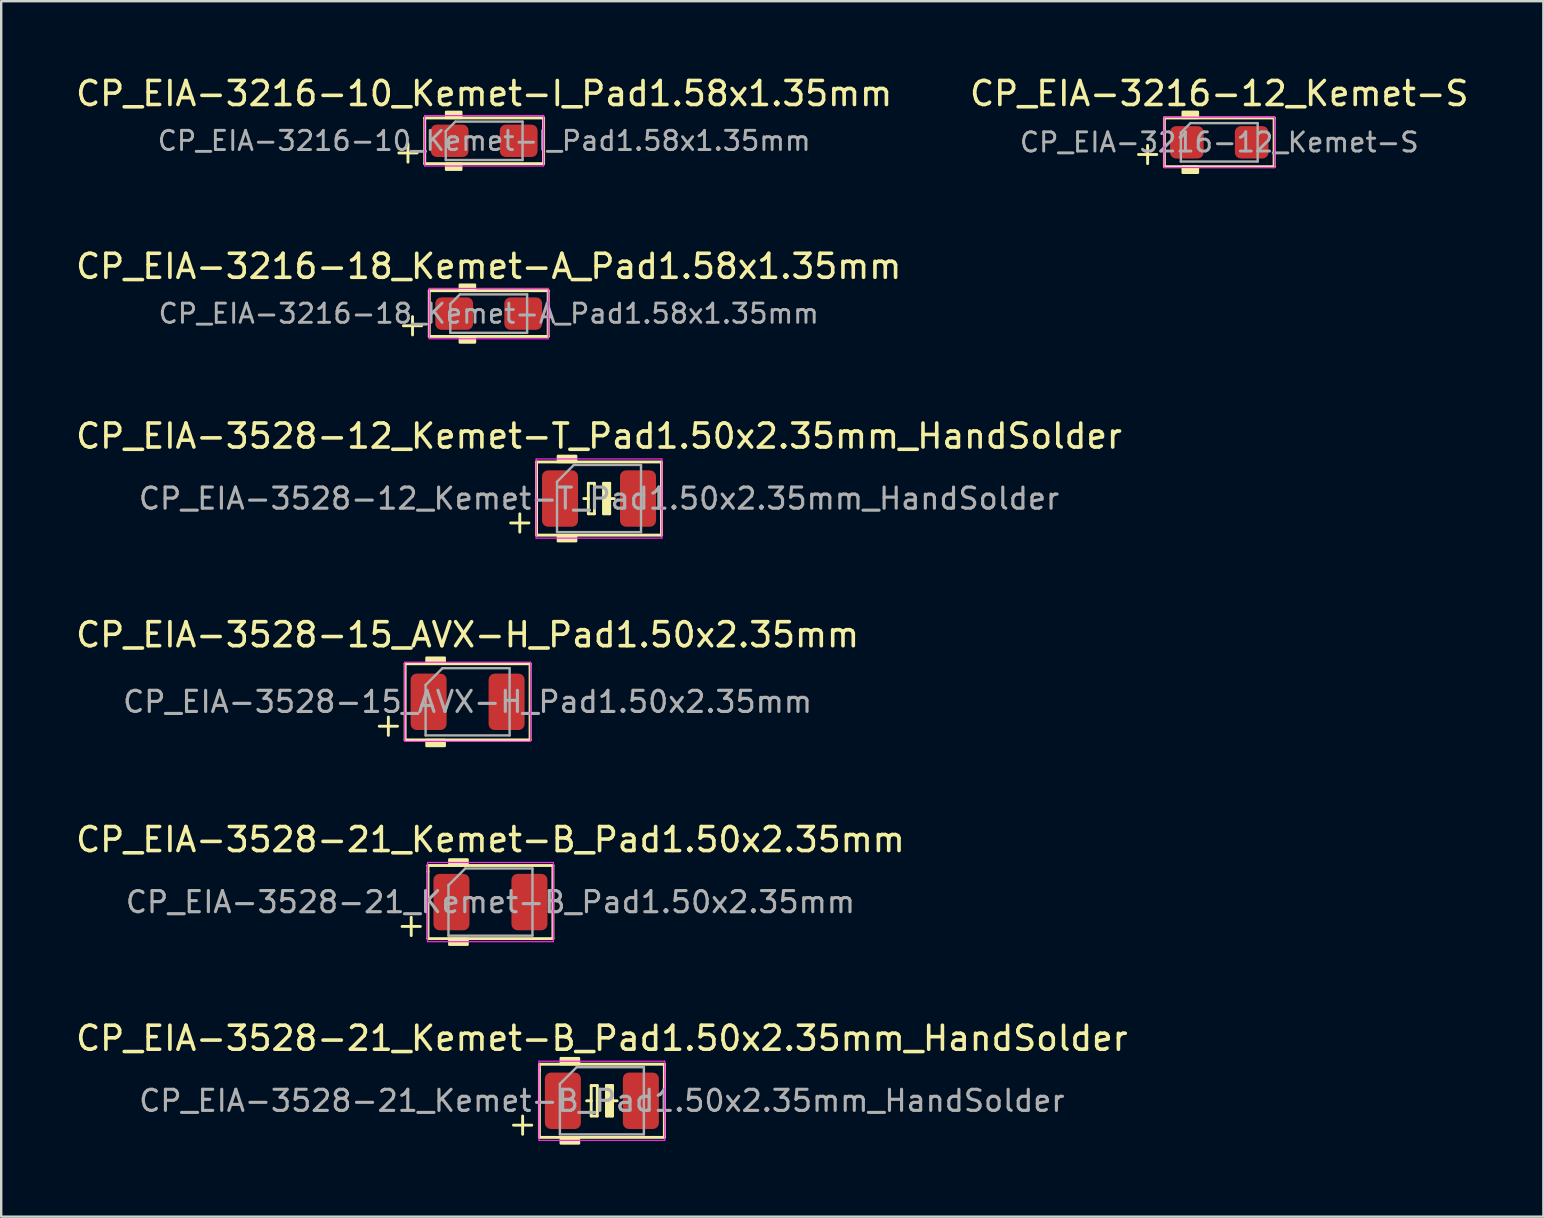
<source format=kicad_pcb>
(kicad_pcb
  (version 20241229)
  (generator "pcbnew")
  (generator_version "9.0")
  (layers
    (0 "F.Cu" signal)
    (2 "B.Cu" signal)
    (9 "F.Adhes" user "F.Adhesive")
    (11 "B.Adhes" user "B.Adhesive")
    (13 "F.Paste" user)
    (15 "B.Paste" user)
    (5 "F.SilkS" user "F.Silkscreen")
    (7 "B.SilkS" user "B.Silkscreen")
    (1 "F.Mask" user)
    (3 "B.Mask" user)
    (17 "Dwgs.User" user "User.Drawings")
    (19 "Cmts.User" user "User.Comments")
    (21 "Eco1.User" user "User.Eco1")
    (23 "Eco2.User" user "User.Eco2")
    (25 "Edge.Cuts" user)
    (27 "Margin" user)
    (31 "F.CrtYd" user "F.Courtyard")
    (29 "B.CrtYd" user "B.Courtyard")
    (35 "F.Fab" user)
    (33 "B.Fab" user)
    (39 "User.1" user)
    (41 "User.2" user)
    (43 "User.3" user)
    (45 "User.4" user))
  (footprint "CP_EIA-3528-12_Kemet-T_Pad1.50x2.35mm_HandSolder"
    (layer "F.Cu")
    (at 21.911 17.725)
    (property "Reference" "CP_EIA-3528-12_Kemet-T_Pad1.50x2.35mm_HandSolder" (at 0 -2.603 0) (layer "F.SilkS") (effects (font (size 1 1) (thickness 0.15))))
    (attr smd)
    (fp_line (start -3.683 1.016) (end -2.921 1.016) (stroke (width 0.12) (type solid)) (layer "F.SilkS"))
    (fp_line (start -3.302 0.635) (end -3.302 1.397) (stroke (width 0.12) (type solid)) (layer "F.SilkS"))
    (fp_line (start -2.603 -1.524) (end -2.603 1.524) (stroke (width 0.12) (type solid)) (layer "F.SilkS"))
    (fp_line (start -2.603 1.524) (end 2.603 1.524) (stroke (width 0.12) (type solid)) (layer "F.SilkS"))
    (fp_line (start -0.445 -0.635) (end -0.445 0) (stroke (width 0.12) (type solid)) (layer "F.SilkS"))
    (fp_line (start -0.445 -0.635) (end -0.191 -0.635) (stroke (width 0.12) (type solid)) (layer "F.SilkS"))
    (fp_line (start -0.445 0) (end -0.635 0) (stroke (width 0.12) (type solid)) (layer "F.SilkS"))
    (fp_line (start -0.445 0.635) (end -0.445 0) (stroke (width 0.12) (type solid)) (layer "F.SilkS"))
    (fp_line (start -0.191 -0.635) (end -0.191 0) (stroke (width 0.12) (type solid)) (layer "F.SilkS"))
    (fp_line (start -0.191 0.635) (end -0.445 0.635) (stroke (width 0.12) (type solid)) (layer "F.SilkS"))
    (fp_line (start -0.191 0.635) (end -0.191 0) (stroke (width 0.12) (type solid)) (layer "F.SilkS"))
    (fp_line (start 0.191 -0.635) (end 0.191 0) (stroke (width 0.12) (type solid)) (layer "F.SilkS"))
    (fp_line (start 0.191 -0.635) (end 0.445 -0.635) (stroke (width 0.12) (type solid)) (layer "F.SilkS"))
    (fp_line (start 0.191 0.635) (end 0.191 0) (stroke (width 0.12) (type solid)) (layer "F.SilkS"))
    (fp_line (start 0.445 -0.635) (end 0.445 0) (stroke (width 0.12) (type solid)) (layer "F.SilkS"))
    (fp_line (start 0.445 0) (end 0.635 0) (stroke (width 0.12) (type solid)) (layer "F.SilkS"))
    (fp_line (start 0.445 0.635) (end 0.191 0.635) (stroke (width 0.12) (type solid)) (layer "F.SilkS"))
    (fp_line (start 0.445 0.635) (end 0.445 0) (stroke (width 0.12) (type solid)) (layer "F.SilkS"))
    (fp_line (start 2.603 -1.524) (end -2.603 -1.524) (stroke (width 0.12) (type solid)) (layer "F.SilkS"))
    (fp_line (start 2.603 1.524) (end 2.603 -1.524) (stroke (width 0.12) (type solid)) (layer "F.SilkS"))
    (fp_poly (pts (xy -0.953 -1.524) (xy -1.714 -1.524) (xy -1.714 -1.778) (xy -0.953 -1.778)) (stroke (width 0.1) (type solid)) (fill yes) (layer "F.SilkS"))
    (fp_poly (pts (xy -0.953 1.778) (xy -1.714 1.778) (xy -1.714 1.524) (xy -0.953 1.524)) (stroke (width 0.1) (type solid)) (fill yes) (layer "F.SilkS"))
    (fp_poly (pts (xy 0.445 0.635) (xy 0.191 0.635) (xy 0.191 -0.635) (xy 0.445 -0.635)) (stroke (width 0.1) (type solid)) (fill yes) (layer "F.SilkS"))
    (fp_line (start -2.62 -1.65) (end 2.62 -1.65) (stroke (width 0.05) (type solid)) (layer "F.CrtYd"))
    (fp_line (start -2.62 1.65) (end -2.62 -1.65) (stroke (width 0.05) (type solid)) (layer "F.CrtYd"))
    (fp_line (start 2.62 -1.65) (end 2.62 1.65) (stroke (width 0.05) (type solid)) (layer "F.CrtYd"))
    (fp_line (start 2.62 1.65) (end -2.62 1.65) (stroke (width 0.05) (type solid)) (layer "F.CrtYd"))
    (fp_line (start -1.75 -0.7) (end -1.75 1.4) (stroke (width 0.1) (type solid)) (layer "F.Fab"))
    (fp_line (start -1.75 1.4) (end 1.75 1.4) (stroke (width 0.1) (type solid)) (layer "F.Fab"))
    (fp_line (start -1.05 -1.4) (end -1.75 -0.7) (stroke (width 0.1) (type solid)) (layer "F.Fab"))
    (fp_line (start 1.75 -1.4) (end -1.05 -1.4) (stroke (width 0.1) (type solid)) (layer "F.Fab"))
    (fp_line (start 1.75 1.4) (end 1.75 -1.4) (stroke (width 0.1) (type solid)) (layer "F.Fab"))
    (fp_text user "${REFERENCE}" (at 0 0 0) (layer "F.Fab") (effects (font (size 0.88 0.88) (thickness 0.13))))
    (pad "1" smd roundrect (at -1.625 0) (size 1.5 2.35) (layers "F.Cu" "F.Mask" "F.Paste") (roundrect_rratio 0.167))
    (pad "2" smd roundrect (at 1.625 0) (size 1.5 2.35) (layers "F.Cu" "F.Mask" "F.Paste") (roundrect_rratio 0.167)))
  (footprint "CP_EIA-3216-12_Kemet-S"
    (layer "F.Cu")
    (at 47.756 2.88)
    (property "Reference" "CP_EIA-3216-12_Kemet-S" (at 0 -2.032 0) (layer "F.SilkS") (effects (font (size 1 1) (thickness 0.15))))
    (attr smd)
    (fp_line (start -3.365 0.508) (end -2.603 0.508) (stroke (width 0.12) (type solid)) (layer "F.SilkS"))
    (fp_line (start -2.985 0.127) (end -2.985 0.889) (stroke (width 0.12) (type solid)) (layer "F.SilkS"))
    (fp_line (start -2.286 -1.016) (end -2.286 1.016) (stroke (width 0.12) (type solid)) (layer "F.SilkS"))
    (fp_line (start -2.286 1.016) (end 2.286 1.016) (stroke (width 0.12) (type solid)) (layer "F.SilkS"))
    (fp_line (start 2.286 -1.016) (end -2.286 -1.016) (stroke (width 0.12) (type solid)) (layer "F.SilkS"))
    (fp_line (start 2.286 1.016) (end 2.286 -1.016) (stroke (width 0.12) (type solid)) (layer "F.SilkS"))
    (fp_poly (pts (xy -0.889 -1.016) (xy -1.524 -1.016) (xy -1.524 -1.27) (xy -0.889 -1.27)) (stroke (width 0.1) (type solid)) (fill yes) (layer "F.SilkS"))
    (fp_poly (pts (xy -0.889 1.27) (xy -1.524 1.27) (xy -1.524 1.016) (xy -0.889 1.016)) (stroke (width 0.1) (type solid)) (fill yes) (layer "F.SilkS"))
    (fp_line (start -2.3 -1.05) (end 2.3 -1.05) (stroke (width 0.05) (type solid)) (layer "F.CrtYd"))
    (fp_line (start -2.3 1.05) (end -2.3 -1.05) (stroke (width 0.05) (type solid)) (layer "F.CrtYd"))
    (fp_line (start 2.3 -1.05) (end 2.3 1.05) (stroke (width 0.05) (type solid)) (layer "F.CrtYd"))
    (fp_line (start 2.3 1.05) (end -2.3 1.05) (stroke (width 0.05) (type solid)) (layer "F.CrtYd"))
    (fp_line (start -1.6 -0.4) (end -1.6 0.8) (stroke (width 0.1) (type solid)) (layer "F.Fab"))
    (fp_line (start -1.6 0.8) (end 1.6 0.8) (stroke (width 0.1) (type solid)) (layer "F.Fab"))
    (fp_line (start -1.2 -0.8) (end -1.6 -0.4) (stroke (width 0.1) (type solid)) (layer "F.Fab"))
    (fp_line (start 1.6 -0.8) (end -1.2 -0.8) (stroke (width 0.1) (type solid)) (layer "F.Fab"))
    (fp_line (start 1.6 0.8) (end 1.6 -0.8) (stroke (width 0.1) (type solid)) (layer "F.Fab"))
    (fp_text user "${REFERENCE}" (at 0 0 0) (layer "F.Fab") (effects (font (size 0.8 0.8) (thickness 0.12))))
    (pad "1" smd roundrect (at -1.35 0) (size 1.4 1.35) (layers "F.Cu" "F.Mask" "F.Paste") (roundrect_rratio 0.185))
    (pad "2" smd roundrect (at 1.35 0) (size 1.4 1.35) (layers "F.Cu" "F.Mask" "F.Paste") (roundrect_rratio 0.185)))
  (footprint "CP_EIA-3528-21_Kemet-B_Pad1.50x2.35mm_HandSolder"
    (layer "F.Cu")
    (at 22.03 42.819)
    (property "Reference" "CP_EIA-3528-21_Kemet-B_Pad1.50x2.35mm_HandSolder" (at 0 -2.603 0) (layer "F.SilkS") (effects (font (size 1 1) (thickness 0.15))))
    (attr smd)
    (fp_line (start -3.683 1.016) (end -2.921 1.016) (stroke (width 0.12) (type solid)) (layer "F.SilkS"))
    (fp_line (start -3.302 0.635) (end -3.302 1.397) (stroke (width 0.12) (type solid)) (layer "F.SilkS"))
    (fp_line (start -2.603 -1.524) (end -2.603 -1.27) (stroke (width 0.12) (type solid)) (layer "F.SilkS"))
    (fp_line (start -2.603 -1.27) (end -2.603 1.524) (stroke (width 0.12) (type solid)) (layer "F.SilkS"))
    (fp_line (start -2.603 1.524) (end 2.603 1.524) (stroke (width 0.12) (type solid)) (layer "F.SilkS"))
    (fp_line (start -0.445 -0.635) (end -0.445 0) (stroke (width 0.12) (type solid)) (layer "F.SilkS"))
    (fp_line (start -0.445 -0.635) (end -0.191 -0.635) (stroke (width 0.12) (type solid)) (layer "F.SilkS"))
    (fp_line (start -0.445 0) (end -0.635 0) (stroke (width 0.12) (type solid)) (layer "F.SilkS"))
    (fp_line (start -0.445 0.635) (end -0.445 0) (stroke (width 0.12) (type solid)) (layer "F.SilkS"))
    (fp_line (start -0.191 -0.635) (end -0.191 0) (stroke (width 0.12) (type solid)) (layer "F.SilkS"))
    (fp_line (start -0.191 0.635) (end -0.445 0.635) (stroke (width 0.12) (type solid)) (layer "F.SilkS"))
    (fp_line (start -0.191 0.635) (end -0.191 0) (stroke (width 0.12) (type solid)) (layer "F.SilkS"))
    (fp_line (start 0.191 -0.635) (end 0.191 0) (stroke (width 0.12) (type solid)) (layer "F.SilkS"))
    (fp_line (start 0.191 -0.635) (end 0.445 -0.635) (stroke (width 0.12) (type solid)) (layer "F.SilkS"))
    (fp_line (start 0.191 0.635) (end 0.191 0) (stroke (width 0.12) (type solid)) (layer "F.SilkS"))
    (fp_line (start 0.445 -0.635) (end 0.445 0) (stroke (width 0.12) (type solid)) (layer "F.SilkS"))
    (fp_line (start 0.445 0) (end 0.635 0) (stroke (width 0.12) (type solid)) (layer "F.SilkS"))
    (fp_line (start 0.445 0.635) (end 0.191 0.635) (stroke (width 0.12) (type solid)) (layer "F.SilkS"))
    (fp_line (start 0.445 0.635) (end 0.445 0) (stroke (width 0.12) (type solid)) (layer "F.SilkS"))
    (fp_line (start 2.603 -1.524) (end -2.603 -1.524) (stroke (width 0.12) (type solid)) (layer "F.SilkS"))
    (fp_line (start 2.603 1.524) (end 2.603 -1.524) (stroke (width 0.12) (type solid)) (layer "F.SilkS"))
    (fp_poly (pts (xy -0.953 -1.524) (xy -1.714 -1.524) (xy -1.714 -1.778) (xy -0.953 -1.778)) (stroke (width 0.1) (type solid)) (fill yes) (layer "F.SilkS"))
    (fp_poly (pts (xy -0.953 1.778) (xy -1.714 1.778) (xy -1.714 1.524) (xy -0.953 1.524)) (stroke (width 0.1) (type solid)) (fill yes) (layer "F.SilkS"))
    (fp_poly (pts (xy 0.445 0.635) (xy 0.191 0.635) (xy 0.191 -0.635) (xy 0.445 -0.635)) (stroke (width 0.1) (type solid)) (fill yes) (layer "F.SilkS"))
    (fp_line (start -2.62 -1.65) (end 2.62 -1.65) (stroke (width 0.05) (type solid)) (layer "F.CrtYd"))
    (fp_line (start -2.62 1.65) (end -2.62 -1.65) (stroke (width 0.05) (type solid)) (layer "F.CrtYd"))
    (fp_line (start 2.62 -1.65) (end 2.62 1.65) (stroke (width 0.05) (type solid)) (layer "F.CrtYd"))
    (fp_line (start 2.62 1.65) (end -2.62 1.65) (stroke (width 0.05) (type solid)) (layer "F.CrtYd"))
    (fp_line (start -1.75 -0.7) (end -1.75 1.4) (stroke (width 0.1) (type solid)) (layer "F.Fab"))
    (fp_line (start -1.75 1.4) (end 1.75 1.4) (stroke (width 0.1) (type solid)) (layer "F.Fab"))
    (fp_line (start -1.05 -1.4) (end -1.75 -0.7) (stroke (width 0.1) (type solid)) (layer "F.Fab"))
    (fp_line (start 1.75 -1.4) (end -1.05 -1.4) (stroke (width 0.1) (type solid)) (layer "F.Fab"))
    (fp_line (start 1.75 1.4) (end 1.75 -1.4) (stroke (width 0.1) (type solid)) (layer "F.Fab"))
    (fp_text user "${REFERENCE}" (at 0 0 0) (layer "F.Fab") (effects (font (size 0.88 0.88) (thickness 0.13))))
    (pad "1" smd roundrect (at -1.625 0) (size 1.5 2.35) (layers "F.Cu" "F.Mask" "F.Paste") (roundrect_rratio 0.167))
    (pad "2" smd roundrect (at 1.625 0) (size 1.5 2.35) (layers "F.Cu" "F.Mask" "F.Paste") (roundrect_rratio 0.167)))
  (footprint "CP_EIA-3528-15_AVX-H_Pad1.50x2.35mm"
    (layer "F.Cu")
    (at 16.435 26.195)
    (property "Reference" "CP_EIA-3528-15_AVX-H_Pad1.50x2.35mm" (at 0 -2.794 0) (layer "F.SilkS") (effects (font (size 1 1) (thickness 0.15))))
    (attr smd)
    (fp_line (start -3.683 1.016) (end -2.921 1.016) (stroke (width 0.12) (type solid)) (layer "F.SilkS"))
    (fp_line (start -3.302 0.635) (end -3.302 1.397) (stroke (width 0.12) (type solid)) (layer "F.SilkS"))
    (fp_line (start -2.603 -1.587) (end -2.603 1.587) (stroke (width 0.12) (type solid)) (layer "F.SilkS"))
    (fp_line (start -2.603 1.587) (end 2.603 1.587) (stroke (width 0.12) (type solid)) (layer "F.SilkS"))
    (fp_line (start 2.603 -1.587) (end -2.603 -1.587) (stroke (width 0.12) (type solid)) (layer "F.SilkS"))
    (fp_line (start 2.603 1.587) (end 2.603 -1.587) (stroke (width 0.12) (type solid)) (layer "F.SilkS"))
    (fp_poly (pts (xy -0.953 -1.587) (xy -1.714 -1.587) (xy -1.714 -1.841) (xy -0.953 -1.841)) (stroke (width 0.1) (type solid)) (fill yes) (layer "F.SilkS"))
    (fp_poly (pts (xy -0.953 1.841) (xy -1.714 1.841) (xy -1.714 1.587) (xy -0.953 1.587)) (stroke (width 0.1) (type solid)) (fill yes) (layer "F.SilkS"))
    (fp_line (start -2.62 -1.65) (end 2.62 -1.65) (stroke (width 0.05) (type solid)) (layer "F.CrtYd"))
    (fp_line (start -2.62 1.65) (end -2.62 -1.65) (stroke (width 0.05) (type solid)) (layer "F.CrtYd"))
    (fp_line (start 2.62 -1.65) (end 2.62 1.65) (stroke (width 0.05) (type solid)) (layer "F.CrtYd"))
    (fp_line (start 2.62 1.65) (end -2.62 1.65) (stroke (width 0.05) (type solid)) (layer "F.CrtYd"))
    (fp_line (start -1.75 -0.7) (end -1.75 1.4) (stroke (width 0.1) (type solid)) (layer "F.Fab"))
    (fp_line (start -1.75 1.4) (end 1.75 1.4) (stroke (width 0.1) (type solid)) (layer "F.Fab"))
    (fp_line (start -1.05 -1.4) (end -1.75 -0.7) (stroke (width 0.1) (type solid)) (layer "F.Fab"))
    (fp_line (start 1.75 -1.4) (end -1.05 -1.4) (stroke (width 0.1) (type solid)) (layer "F.Fab"))
    (fp_line (start 1.75 1.4) (end 1.75 -1.4) (stroke (width 0.1) (type solid)) (layer "F.Fab"))
    (fp_text user "${REFERENCE}" (at 0 0 0) (layer "F.Fab") (effects (font (size 0.88 0.88) (thickness 0.13))))
    (pad "1" smd roundrect (at -1.625 0) (size 1.5 2.35) (layers "F.Cu" "F.Mask" "F.Paste") (roundrect_rratio 0.167))
    (pad "2" smd roundrect (at 1.625 0) (size 1.5 2.35) (layers "F.Cu" "F.Mask" "F.Paste") (roundrect_rratio 0.167)))
  (footprint "CP_EIA-3216-10_Kemet-I_Pad1.58x1.35mm"
    (layer "F.Cu")
    (at 17.125 2.817)
    (property "Reference" "CP_EIA-3216-10_Kemet-I_Pad1.58x1.35mm" (at 0 -1.968 0) (layer "F.SilkS") (effects (font (size 1 1) (thickness 0.15))))
    (attr smd)
    (fp_line (start -3.556 0.508) (end -2.794 0.508) (stroke (width 0.12) (type solid)) (layer "F.SilkS"))
    (fp_line (start -3.175 0.127) (end -3.175 0.889) (stroke (width 0.12) (type solid)) (layer "F.SilkS"))
    (fp_line (start -2.477 -0.953) (end -2.477 0.953) (stroke (width 0.12) (type solid)) (layer "F.SilkS"))
    (fp_line (start -2.477 0.953) (end 2.477 0.953) (stroke (width 0.12) (type solid)) (layer "F.SilkS"))
    (fp_line (start 2.477 -0.953) (end -2.477 -0.953) (stroke (width 0.12) (type solid)) (layer "F.SilkS"))
    (fp_line (start 2.477 0.953) (end 2.477 -0.953) (stroke (width 0.12) (type solid)) (layer "F.SilkS"))
    (fp_poly (pts (xy -0.953 -0.953) (xy -1.587 -0.953) (xy -1.587 -1.206) (xy -0.953 -1.206)) (stroke (width 0.1) (type solid)) (fill yes) (layer "F.SilkS"))
    (fp_poly (pts (xy -0.953 1.206) (xy -1.587 1.206) (xy -1.587 0.953) (xy -0.953 0.953)) (stroke (width 0.1) (type solid)) (fill yes) (layer "F.SilkS"))
    (fp_line (start -2.48 -1.05) (end 2.48 -1.05) (stroke (width 0.05) (type solid)) (layer "F.CrtYd"))
    (fp_line (start -2.48 1.05) (end -2.48 -1.05) (stroke (width 0.05) (type solid)) (layer "F.CrtYd"))
    (fp_line (start 2.48 -1.05) (end 2.48 1.05) (stroke (width 0.05) (type solid)) (layer "F.CrtYd"))
    (fp_line (start 2.48 1.05) (end -2.48 1.05) (stroke (width 0.05) (type solid)) (layer "F.CrtYd"))
    (fp_line (start -1.6 -0.4) (end -1.6 0.8) (stroke (width 0.1) (type solid)) (layer "F.Fab"))
    (fp_line (start -1.6 0.8) (end 1.6 0.8) (stroke (width 0.1) (type solid)) (layer "F.Fab"))
    (fp_line (start -1.2 -0.8) (end -1.6 -0.4) (stroke (width 0.1) (type solid)) (layer "F.Fab"))
    (fp_line (start 1.6 -0.8) (end -1.2 -0.8) (stroke (width 0.1) (type solid)) (layer "F.Fab"))
    (fp_line (start 1.6 0.8) (end 1.6 -0.8) (stroke (width 0.1) (type solid)) (layer "F.Fab"))
    (fp_text user "${REFERENCE}" (at 0 0 0) (layer "F.Fab") (effects (font (size 0.8 0.8) (thickness 0.12))))
    (pad "1" smd roundrect (at -1.438 0) (size 1.575 1.35) (layers "F.Cu" "F.Mask" "F.Paste") (roundrect_rratio 0.185))
    (pad "2" smd roundrect (at 1.438 0) (size 1.575 1.35) (layers "F.Cu" "F.Mask" "F.Paste") (roundrect_rratio 0.185)))
  (footprint "CP_EIA-3216-18_Kemet-A_Pad1.58x1.35mm"
    (layer "F.Cu")
    (at 17.315 10.017)
    (property "Reference" "CP_EIA-3216-18_Kemet-A_Pad1.58x1.35mm" (at 0 -1.968 0) (layer "F.SilkS") (effects (font (size 1 1) (thickness 0.15))))
    (attr smd)
    (fp_line (start -3.556 0.508) (end -2.794 0.508) (stroke (width 0.12) (type solid)) (layer "F.SilkS"))
    (fp_line (start -3.175 0.127) (end -3.175 0.889) (stroke (width 0.12) (type solid)) (layer "F.SilkS"))
    (fp_line (start -2.477 -0.953) (end -2.477 0.953) (stroke (width 0.12) (type solid)) (layer "F.SilkS"))
    (fp_line (start -2.477 0.953) (end 2.477 0.953) (stroke (width 0.12) (type solid)) (layer "F.SilkS"))
    (fp_line (start 2.477 -0.953) (end -2.477 -0.953) (stroke (width 0.12) (type solid)) (layer "F.SilkS"))
    (fp_line (start 2.477 0.953) (end 2.477 -0.953) (stroke (width 0.12) (type solid)) (layer "F.SilkS"))
    (fp_poly (pts (xy -0.572 -0.953) (xy -1.206 -0.953) (xy -1.206 -1.206) (xy -0.572 -1.206)) (stroke (width 0.1) (type solid)) (fill yes) (layer "F.SilkS"))
    (fp_poly (pts (xy -0.572 1.206) (xy -1.206 1.206) (xy -1.206 0.953) (xy -0.572 0.953)) (stroke (width 0.1) (type solid)) (fill yes) (layer "F.SilkS"))
    (fp_line (start -2.48 -1.05) (end 2.48 -1.05) (stroke (width 0.05) (type solid)) (layer "F.CrtYd"))
    (fp_line (start -2.48 1.05) (end -2.48 -1.05) (stroke (width 0.05) (type solid)) (layer "F.CrtYd"))
    (fp_line (start 2.48 -1.05) (end 2.48 1.05) (stroke (width 0.05) (type solid)) (layer "F.CrtYd"))
    (fp_line (start 2.48 1.05) (end -2.48 1.05) (stroke (width 0.05) (type solid)) (layer "F.CrtYd"))
    (fp_line (start -1.6 -0.4) (end -1.6 0.8) (stroke (width 0.1) (type solid)) (layer "F.Fab"))
    (fp_line (start -1.6 0.8) (end 1.6 0.8) (stroke (width 0.1) (type solid)) (layer "F.Fab"))
    (fp_line (start -1.2 -0.8) (end -1.6 -0.4) (stroke (width 0.1) (type solid)) (layer "F.Fab"))
    (fp_line (start 1.6 -0.8) (end -1.2 -0.8) (stroke (width 0.1) (type solid)) (layer "F.Fab"))
    (fp_line (start 1.6 0.8) (end 1.6 -0.8) (stroke (width 0.1) (type solid)) (layer "F.Fab"))
    (fp_text user "${REFERENCE}" (at 0 0 0) (layer "F.Fab") (effects (font (size 0.8 0.8) (thickness 0.12))))
    (pad "1" smd roundrect (at -1.438 0) (size 1.575 1.35) (layers "F.Cu" "F.Mask" "F.Paste") (roundrect_rratio 0.185))
    (pad "2" smd roundrect (at 1.438 0) (size 1.575 1.35) (layers "F.Cu" "F.Mask" "F.Paste") (roundrect_rratio 0.185)))
  (footprint "CP_EIA-3528-21_Kemet-B_Pad1.50x2.35mm"
    (layer "F.Cu")
    (at 17.387 34.539)
    (property "Reference" "CP_EIA-3528-21_Kemet-B_Pad1.50x2.35mm" (at 0 -2.603 0) (layer "F.SilkS") (effects (font (size 1 1) (thickness 0.15))))
    (attr smd)
    (fp_line (start -3.683 1.016) (end -2.921 1.016) (stroke (width 0.12) (type solid)) (layer "F.SilkS"))
    (fp_line (start -3.302 0.635) (end -3.302 1.397) (stroke (width 0.12) (type solid)) (layer "F.SilkS"))
    (fp_line (start -2.603 -1.524) (end -2.603 -1.27) (stroke (width 0.12) (type solid)) (layer "F.SilkS"))
    (fp_line (start -2.603 -1.27) (end -2.603 1.524) (stroke (width 0.12) (type solid)) (layer "F.SilkS"))
    (fp_line (start -2.603 1.524) (end 2.603 1.524) (stroke (width 0.12) (type solid)) (layer "F.SilkS"))
    (fp_line (start 2.603 -1.524) (end -2.603 -1.524) (stroke (width 0.12) (type solid)) (layer "F.SilkS"))
    (fp_line (start 2.603 1.524) (end 2.603 -1.524) (stroke (width 0.12) (type solid)) (layer "F.SilkS"))
    (fp_poly (pts (xy -0.953 -1.524) (xy -1.714 -1.524) (xy -1.714 -1.778) (xy -0.953 -1.778)) (stroke (width 0.1) (type solid)) (fill yes) (layer "F.SilkS"))
    (fp_poly (pts (xy -0.953 1.778) (xy -1.714 1.778) (xy -1.714 1.524) (xy -0.953 1.524)) (stroke (width 0.1) (type solid)) (fill yes) (layer "F.SilkS"))
    (fp_line (start -2.62 -1.65) (end 2.62 -1.65) (stroke (width 0.05) (type solid)) (layer "F.CrtYd"))
    (fp_line (start -2.62 1.65) (end -2.62 -1.65) (stroke (width 0.05) (type solid)) (layer "F.CrtYd"))
    (fp_line (start 2.62 -1.65) (end 2.62 1.65) (stroke (width 0.05) (type solid)) (layer "F.CrtYd"))
    (fp_line (start 2.62 1.65) (end -2.62 1.65) (stroke (width 0.05) (type solid)) (layer "F.CrtYd"))
    (fp_line (start -1.75 -0.7) (end -1.75 1.4) (stroke (width 0.1) (type solid)) (layer "F.Fab"))
    (fp_line (start -1.75 1.4) (end 1.75 1.4) (stroke (width 0.1) (type solid)) (layer "F.Fab"))
    (fp_line (start -1.05 -1.4) (end -1.75 -0.7) (stroke (width 0.1) (type solid)) (layer "F.Fab"))
    (fp_line (start 1.75 -1.4) (end -1.05 -1.4) (stroke (width 0.1) (type solid)) (layer "F.Fab"))
    (fp_line (start 1.75 1.4) (end 1.75 -1.4) (stroke (width 0.1) (type solid)) (layer "F.Fab"))
    (fp_text user "${REFERENCE}" (at 0 0 0) (layer "F.Fab") (effects (font (size 0.88 0.88) (thickness 0.13))))
    (pad "1" smd roundrect (at -1.625 0) (size 1.5 2.35) (layers "F.Cu" "F.Mask" "F.Paste") (roundrect_rratio 0.167))
    (pad "2" smd roundrect (at 1.625 0) (size 1.5 2.35) (layers "F.Cu" "F.Mask" "F.Paste") (roundrect_rratio 0.167)))
  (gr_rect
    (start -3 -3)
    (end 61.262 47.647)
    (stroke (width 0.1) (type default))
    (fill no)
    (layer "Edge.Cuts")))
</source>
